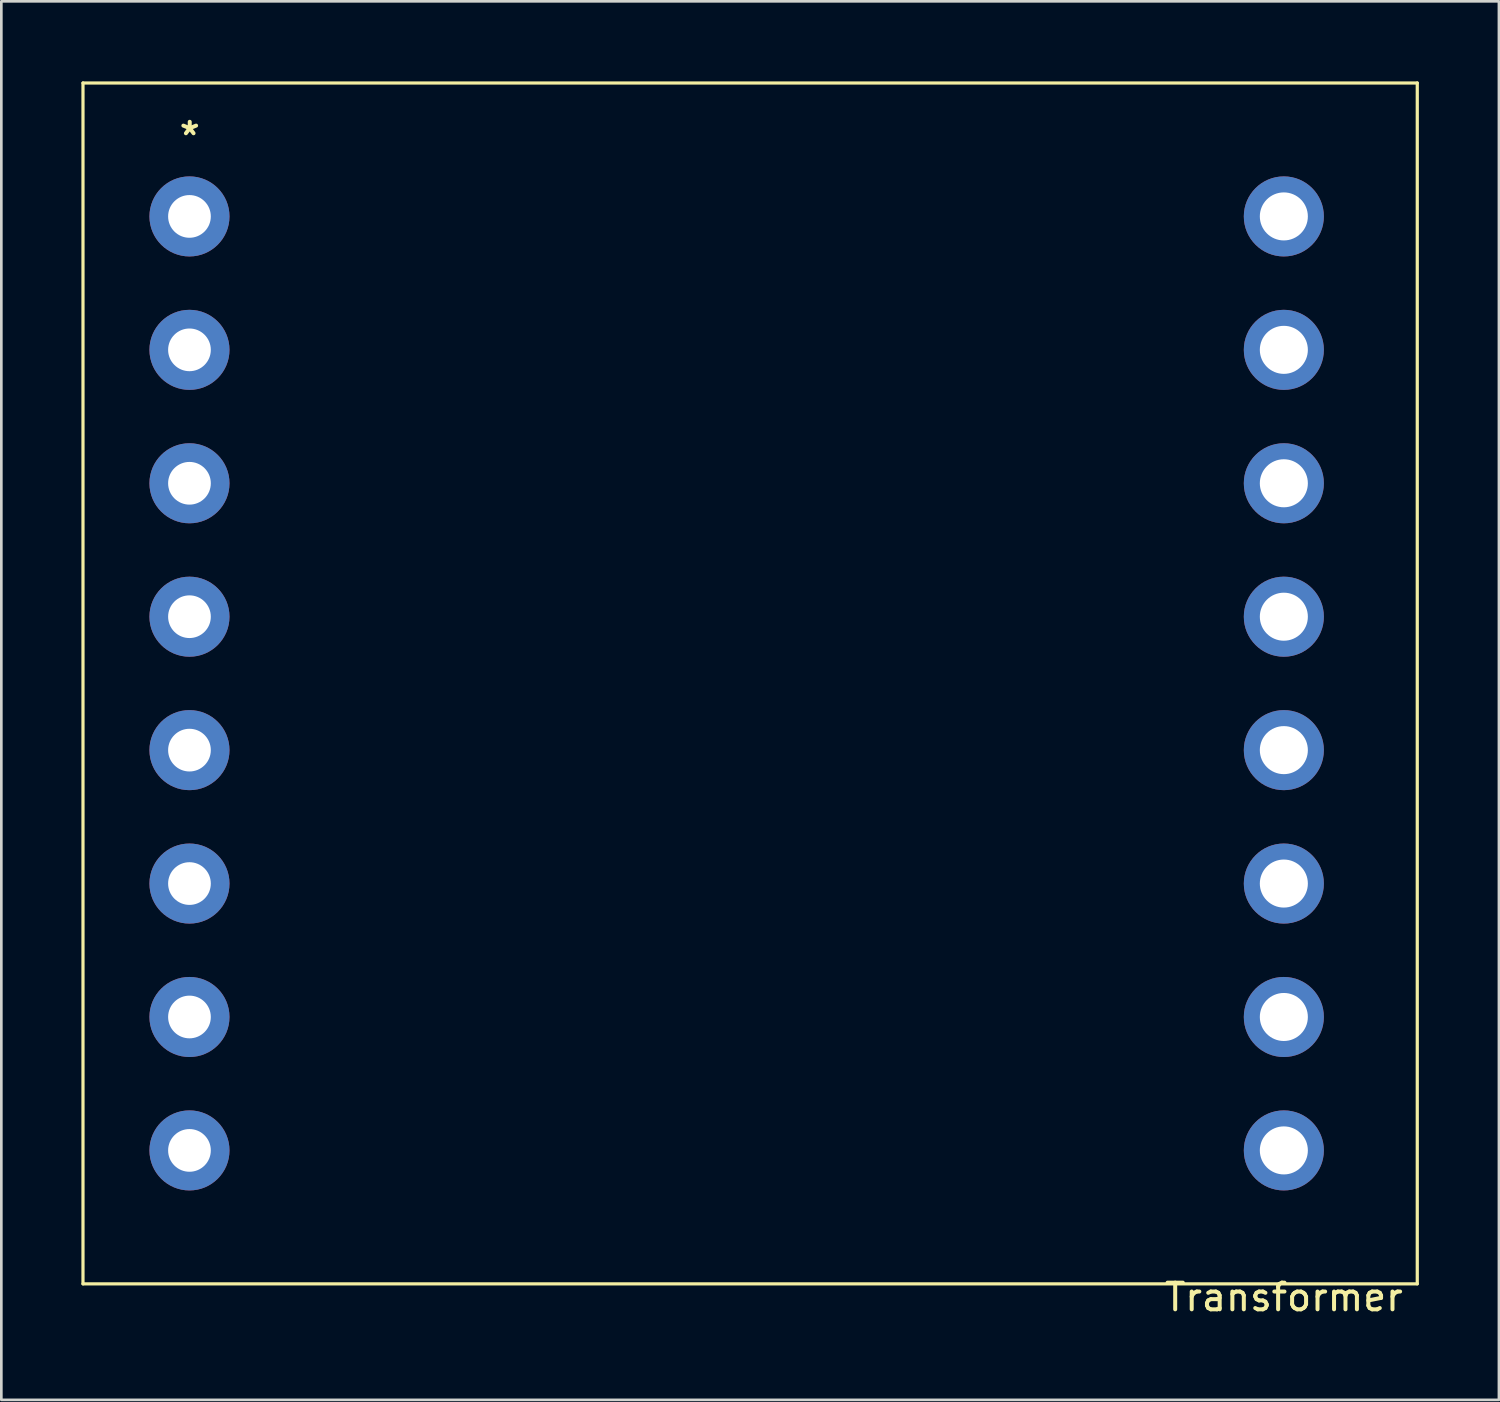
<source format=kicad_pcb>
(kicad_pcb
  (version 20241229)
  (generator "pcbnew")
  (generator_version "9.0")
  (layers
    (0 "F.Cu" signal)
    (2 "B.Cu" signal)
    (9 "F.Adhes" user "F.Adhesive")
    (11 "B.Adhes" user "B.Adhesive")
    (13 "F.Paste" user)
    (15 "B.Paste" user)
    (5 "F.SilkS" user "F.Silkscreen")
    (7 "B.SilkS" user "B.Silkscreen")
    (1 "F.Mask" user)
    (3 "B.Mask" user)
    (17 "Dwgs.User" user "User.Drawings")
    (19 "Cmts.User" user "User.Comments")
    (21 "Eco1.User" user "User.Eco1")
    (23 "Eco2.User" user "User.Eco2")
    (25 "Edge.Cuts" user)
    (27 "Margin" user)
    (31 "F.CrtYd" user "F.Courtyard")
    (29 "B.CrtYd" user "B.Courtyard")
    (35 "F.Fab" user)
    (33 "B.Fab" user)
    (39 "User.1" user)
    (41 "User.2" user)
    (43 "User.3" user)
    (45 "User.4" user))
  (footprint "Transformer"
    (layer "F.Cu")
    (at 25.06 45.06)
    (property "Reference" "Transformer" (at 20 0.5 0) (layer "F.SilkS") (effects (font (size 1 1) (thickness 0.15))))
    (attr through_hole)
    (fp_line (start -25 -45) (end 25 -45) (stroke (width 0.12) (type solid)) (layer "F.SilkS"))
    (fp_line (start -25 0) (end -25 -45) (stroke (width 0.12) (type solid)) (layer "F.SilkS"))
    (fp_line (start 25 -45) (end 25 0) (stroke (width 0.12) (type solid)) (layer "F.SilkS"))
    (fp_line (start 25 0) (end -25 0) (stroke (width 0.12) (type solid)) (layer "F.SilkS"))
    (fp_text user "*" (at -21 -43 0) (layer "F.SilkS") (effects (font (size 1 1) (thickness 0.15))))
    (pad "1" thru_hole circle (at -21.01 -40) (size 3 3) (drill 1.6) (layers "*.Cu" "*.Mask"))
    (pad "2" thru_hole circle (at -21.01 -35) (size 3 3) (drill 1.6) (layers "*.Cu" "*.Mask"))
    (pad "3" thru_hole circle (at -21.01 -30) (size 3 3) (drill 1.6) (layers "*.Cu" "*.Mask"))
    (pad "4" thru_hole circle (at -21.01 -25) (size 3 3) (drill 1.6) (layers "*.Cu" "*.Mask"))
    (pad "5" thru_hole circle (at -21.01 -20) (size 3 3) (drill 1.6) (layers "*.Cu" "*.Mask"))
    (pad "6" thru_hole circle (at -21.01 -15) (size 3 3) (drill 1.6) (layers "*.Cu" "*.Mask"))
    (pad "7" thru_hole circle (at -21.01 -10) (size 3 3) (drill 1.6) (layers "*.Cu" "*.Mask"))
    (pad "8" thru_hole circle (at -21.01 -5) (size 3 3) (drill 1.6) (layers "*.Cu" "*.Mask"))
    (pad "9" thru_hole circle (at 20 -5) (size 3 3) (drill 1.8) (layers "*.Cu" "*.Mask"))
    (pad "10" thru_hole circle (at 20 -10) (size 3 3) (drill 1.8) (layers "*.Cu" "*.Mask"))
    (pad "11" thru_hole circle (at 20 -15) (size 3 3) (drill 1.8) (layers "*.Cu" "*.Mask"))
    (pad "12" thru_hole circle (at 20 -20) (size 3 3) (drill 1.8) (layers "*.Cu" "*.Mask"))
    (pad "13" thru_hole circle (at 20 -25) (size 3 3) (drill 1.8) (layers "*.Cu" "*.Mask"))
    (pad "14" thru_hole circle (at 20 -30) (size 3 3) (drill 1.8) (layers "*.Cu" "*.Mask"))
    (pad "15" thru_hole circle (at 20 -35) (size 3 3) (drill 1.8) (layers "*.Cu" "*.Mask"))
    (pad "16" thru_hole circle (at 20 -40) (size 3 3) (drill 1.8) (layers "*.Cu" "*.Mask")))
  (gr_rect
    (start -3 -3)
    (end 53.12 49.408)
    (stroke (width 0.1) (type default))
    (fill no)
    (layer "Edge.Cuts")))
</source>
